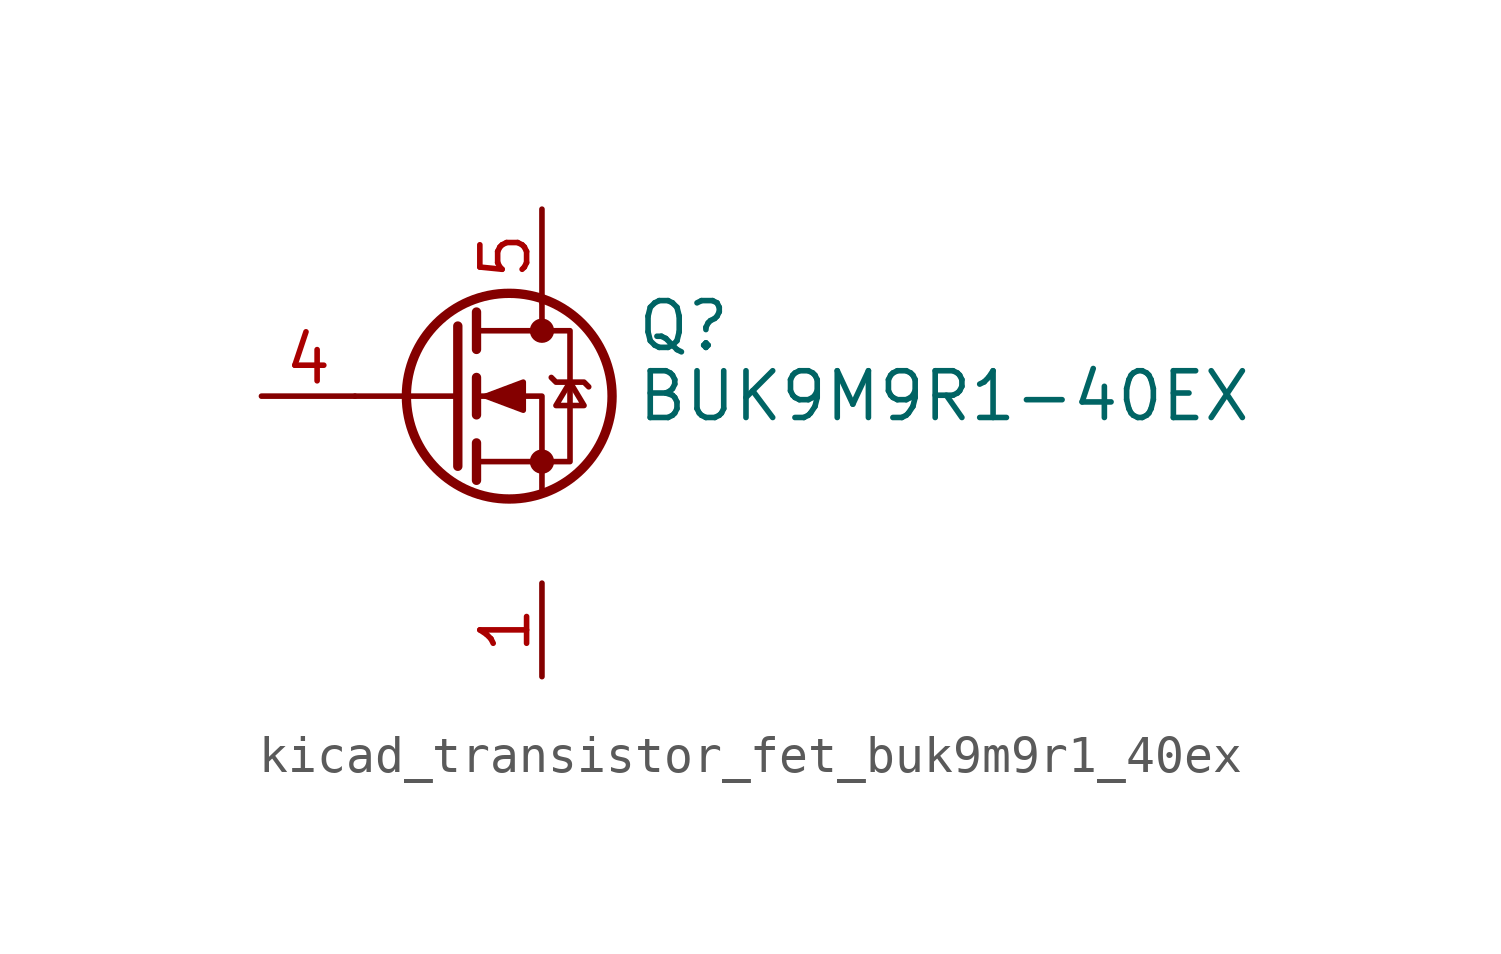
<source format=kicad_sym>
(kicad_symbol_lib
  (version 20220914)
  (generator kicad_symbol_editor)
  (symbol "kicad_transistor_fet_buk9m9r1_40ex"
    (pin_names hide)
    (property "Reference" "Q"
      (at 5.08 1.905 0)
      (effects (font (size 1.27 1.27)) (justify left)))
    (property "Value" "BUK9M9R1-40EX"
      (at 5.08 0 0)
      (effects (font (size 1.27 1.27)) (justify left)))
    (symbol "kicad_transistor_fet_buk9m9r1_40ex_0_1"
      (polyline (pts (xy 0.254 0) (xy -2.54 0)) (stroke (width 0) (type default)) (fill (type none)))
      (polyline (pts (xy 0.254 1.905) (xy 0.254 -1.905)) (stroke (width 0.254) (type default)) (fill (type none)))
      (polyline (pts (xy 0.762 -1.27) (xy 0.762 -2.286)) (stroke (width 0.254) (type default)) (fill (type none)))
      (polyline (pts (xy 0.762 0.508) (xy 0.762 -0.508)) (stroke (width 0.254) (type default)) (fill (type none)))
      (polyline (pts (xy 0.762 2.286) (xy 0.762 1.27)) (stroke (width 0.254) (type default)) (fill (type none)))
      (polyline (pts (xy 2.54 2.54) (xy 2.54 1.778)) (stroke (width 0) (type default)) (fill (type none)))
      (polyline (pts (xy 2.54 -2.54) (xy 2.54 0) (xy 0.762 0)) (stroke (width 0) (type default)) (fill (type none)))
      (polyline (pts (xy 0.762 -1.778) (xy 3.302 -1.778) (xy 3.302 1.778) (xy 0.762 1.778)) (stroke (width 0) (type default)) (fill (type none)))
      (polyline (pts (xy 1.016 0) (xy 2.032 0.381) (xy 2.032 -0.381) (xy 1.016 0)) (stroke (width 0) (type default)) (fill (type outline)))
      (polyline (pts (xy 2.794 0.508) (xy 2.921 0.381) (xy 3.683 0.381) (xy 3.81 0.254)) (stroke (width 0) (type default)) (fill (type none)))
      (polyline (pts (xy 3.302 0.381) (xy 2.921 -0.254) (xy 3.683 -0.254) (xy 3.302 0.381)) (stroke (width 0) (type default)) (fill (type none)))
      (circle (center 1.651 0) (radius 2.794) (stroke (width 0.254) (type default)) (fill (type none)))
      (circle (center 2.54 -1.778) (radius 0.254) (stroke (width 0) (type default)) (fill (type outline)))
      (circle (center 2.54 1.778) (radius 0.254) (stroke (width 0) (type default)) (fill (type outline))))
    (symbol "kicad_transistor_fet_buk9m9r1_40ex_1_1"
      (pin passive line (at 2.54 -5.08 270) (length 2.54) (name "S" (effects (font (size 1.27 1.27)))) (number "1" (effects (font (size 1.27 1.27)))))
      (pin passive line (at 2.54 -5.08 270) (length 2.54) hide (name "S" (effects (font (size 1.27 1.27)))) (number "2" (effects (font (size 1.27 1.27)))))
      (pin passive line (at 2.54 -5.08 90) (length 2.54) hide (name "S" (effects (font (size 1.27 1.27)))) (number "3" (effects (font (size 1.27 1.27)))))
      (pin passive line (at -5.08 0 0) (length 2.54) (name "G" (effects (font (size 1.27 1.27)))) (number "4" (effects (font (size 1.27 1.27)))))
      (pin passive line (at 2.54 5.08 270) (length 2.54) (name "D" (effects (font (size 1.27 1.27)))) (number "5" (effects (font (size 1.27 1.27))))))))
</source>
